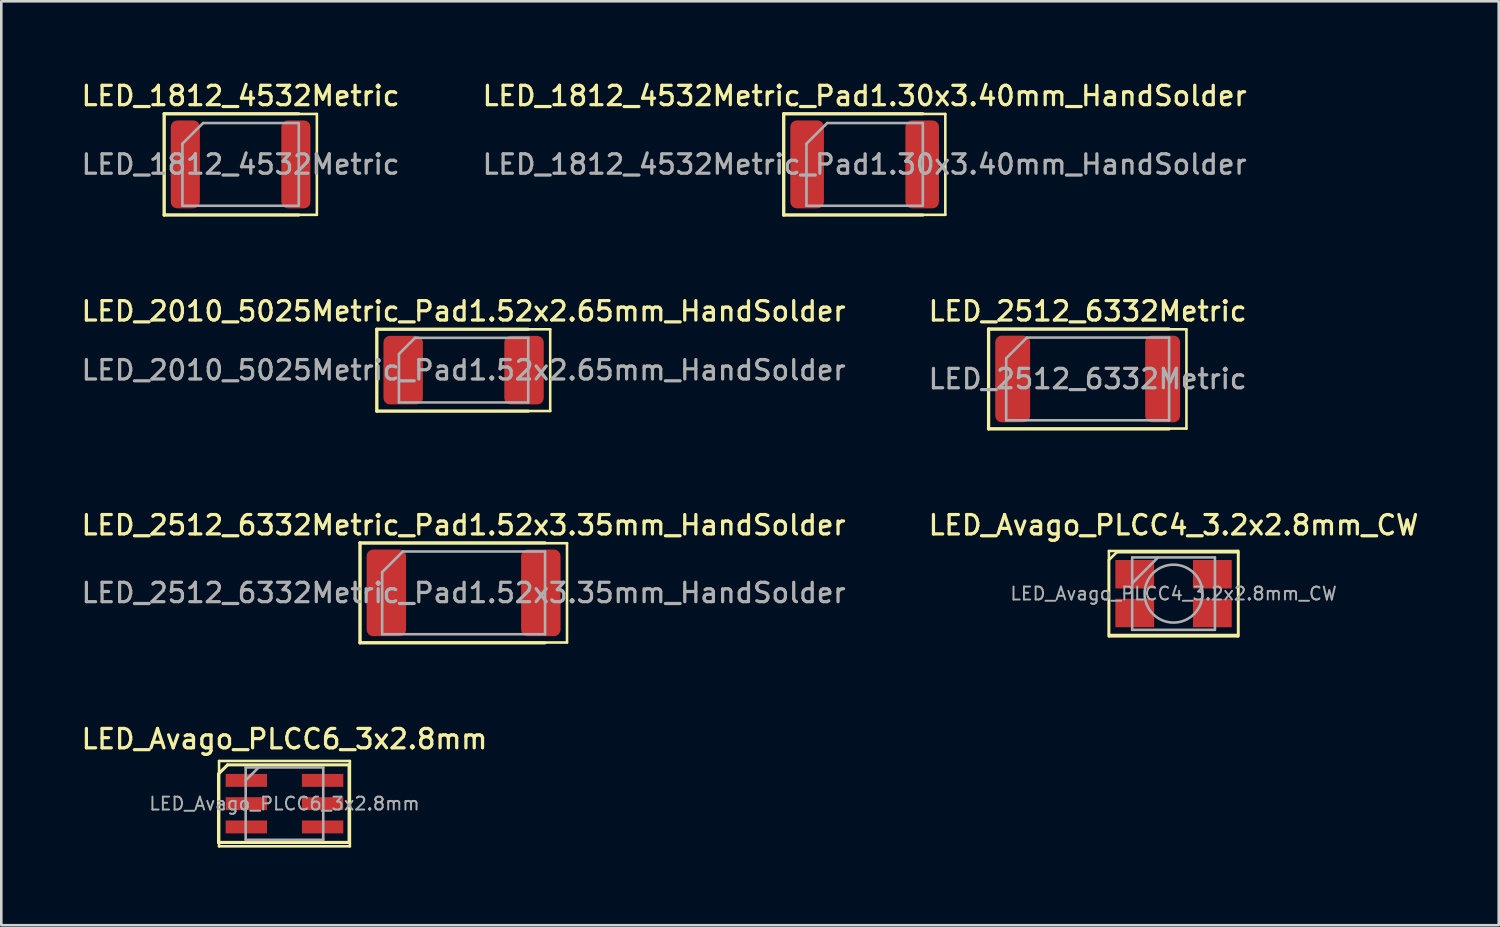
<source format=kicad_pcb>
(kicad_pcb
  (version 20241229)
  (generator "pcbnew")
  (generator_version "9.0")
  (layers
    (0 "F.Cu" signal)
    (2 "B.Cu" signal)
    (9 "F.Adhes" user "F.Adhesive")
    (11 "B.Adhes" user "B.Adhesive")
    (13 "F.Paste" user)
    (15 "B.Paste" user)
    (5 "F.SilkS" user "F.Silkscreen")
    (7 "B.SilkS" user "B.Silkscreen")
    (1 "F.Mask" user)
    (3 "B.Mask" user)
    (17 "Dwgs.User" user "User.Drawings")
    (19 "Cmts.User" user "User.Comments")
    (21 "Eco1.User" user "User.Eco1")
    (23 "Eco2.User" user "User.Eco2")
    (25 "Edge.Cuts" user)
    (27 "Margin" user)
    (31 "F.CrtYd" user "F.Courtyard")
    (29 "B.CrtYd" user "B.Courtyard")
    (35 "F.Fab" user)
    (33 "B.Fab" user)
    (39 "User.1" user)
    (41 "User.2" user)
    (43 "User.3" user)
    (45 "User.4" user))
  (footprint "LED_2010_5025Metric_Pad1.52x2.65mm_HandSolder"
    (layer "F.Cu")
    (at 14.88 11.266)
    (property "Reference" "LED_2010_5025Metric_Pad1.52x2.65mm_HandSolder" (at 0 -2.28 0) (layer "F.SilkS") (effects (font (size 0.75 0.75) (thickness 0.125))))
    (attr smd)
    (fp_line (start -3.36 -1.585) (end -3.36 1.585) (stroke (width 0.12) (type solid)) (layer "F.SilkS"))
    (fp_line (start -3.36 1.585) (end 2.5 1.585) (stroke (width 0.12) (type solid)) (layer "F.SilkS"))
    (fp_line (start -3.35 -1.58) (end 3.35 -1.58) (stroke (width 0.1) (type solid)) (layer "F.SilkS"))
    (fp_line (start -3.35 1.58) (end -3.35 -1.58) (stroke (width 0.1) (type solid)) (layer "F.SilkS"))
    (fp_line (start 2.5 -1.585) (end -3.36 -1.585) (stroke (width 0.12) (type solid)) (layer "F.SilkS"))
    (fp_line (start 3.35 -1.58) (end 3.35 1.58) (stroke (width 0.1) (type solid)) (layer "F.SilkS"))
    (fp_line (start 3.35 1.58) (end -3.35 1.58) (stroke (width 0.1) (type solid)) (layer "F.SilkS"))
    (fp_line (start -2.5 -0.625) (end -2.5 1.25) (stroke (width 0.1) (type solid)) (layer "F.Fab"))
    (fp_line (start -2.5 1.25) (end 2.5 1.25) (stroke (width 0.1) (type solid)) (layer "F.Fab"))
    (fp_line (start -1.875 -1.25) (end -2.5 -0.625) (stroke (width 0.1) (type solid)) (layer "F.Fab"))
    (fp_line (start 2.5 -1.25) (end -1.875 -1.25) (stroke (width 0.1) (type solid)) (layer "F.Fab"))
    (fp_line (start 2.5 1.25) (end 2.5 -1.25) (stroke (width 0.1) (type solid)) (layer "F.Fab"))
    (fp_text user "${REFERENCE}" (at 0 0 0) (layer "F.Fab") (effects (font (size 0.75 0.75) (thickness 0.125))))
    (pad "1" smd roundrect (at -2.337 0) (size 1.525 2.65) (layers "F.Cu" "F.Mask" "F.Paste") (roundrect_rratio 0.164))
    (pad "2" smd roundrect (at 2.337 0) (size 1.525 2.65) (layers "F.Cu" "F.Mask" "F.Paste") (roundrect_rratio 0.164)))
  (footprint "LED_1812_4532Metric_Pad1.30x3.40mm_HandSolder"
    (layer "F.Cu")
    (at 30.391 3.308)
    (property "Reference" "LED_1812_4532Metric_Pad1.30x3.40mm_HandSolder" (at 0 -2.65 0) (layer "F.SilkS") (effects (font (size 0.75 0.75) (thickness 0.125))))
    (attr smd)
    (fp_line (start -3.135 -1.96) (end -3.135 1.96) (stroke (width 0.12) (type solid)) (layer "F.SilkS"))
    (fp_line (start -3.135 1.96) (end 2.25 1.96) (stroke (width 0.12) (type solid)) (layer "F.SilkS"))
    (fp_line (start -3.12 -1.95) (end 3.12 -1.95) (stroke (width 0.1) (type solid)) (layer "F.SilkS"))
    (fp_line (start -3.12 1.95) (end -3.12 -1.95) (stroke (width 0.1) (type solid)) (layer "F.SilkS"))
    (fp_line (start 2.25 -1.96) (end -3.135 -1.96) (stroke (width 0.12) (type solid)) (layer "F.SilkS"))
    (fp_line (start 3.12 -1.95) (end 3.12 1.95) (stroke (width 0.1) (type solid)) (layer "F.SilkS"))
    (fp_line (start 3.12 1.95) (end -3.12 1.95) (stroke (width 0.1) (type solid)) (layer "F.SilkS"))
    (fp_line (start -2.25 -0.8) (end -2.25 1.6) (stroke (width 0.1) (type solid)) (layer "F.Fab"))
    (fp_line (start -2.25 1.6) (end 2.25 1.6) (stroke (width 0.1) (type solid)) (layer "F.Fab"))
    (fp_line (start -1.45 -1.6) (end -2.25 -0.8) (stroke (width 0.1) (type solid)) (layer "F.Fab"))
    (fp_line (start 2.25 -1.6) (end -1.45 -1.6) (stroke (width 0.1) (type solid)) (layer "F.Fab"))
    (fp_line (start 2.25 1.6) (end 2.25 -1.6) (stroke (width 0.1) (type solid)) (layer "F.Fab"))
    (fp_text user "${REFERENCE}" (at 0 0 0) (layer "F.Fab") (effects (font (size 0.75 0.75) (thickness 0.125))))
    (pad "1" smd roundrect (at -2.225 0) (size 1.3 3.4) (layers "F.Cu" "F.Mask" "F.Paste") (roundrect_rratio 0.192))
    (pad "2" smd roundrect (at 2.225 0) (size 1.3 3.4) (layers "F.Cu" "F.Mask" "F.Paste") (roundrect_rratio 0.192)))
  (footprint "LED_Avago_PLCC4_3.2x2.8mm_CW"
    (layer "F.Cu")
    (at 42.338 19.909)
    (property "Reference" "LED_Avago_PLCC4_3.2x2.8mm_CW" (at 0 -2.65 0) (layer "F.SilkS") (effects (font (size 0.75 0.75) (thickness 0.125))))
    (attr smd)
    (fp_line (start -2.5 -1.65) (end -2.5 1.65) (stroke (width 0.1) (type solid)) (layer "F.SilkS"))
    (fp_line (start -2.5 -1.65) (end 2.5 -1.65) (stroke (width 0.1) (type solid)) (layer "F.SilkS"))
    (fp_line (start -2.5 1.6) (end -2.5 -1.3) (stroke (width 0.1) (type solid)) (layer "F.SilkS"))
    (fp_line (start -2.5 1.6) (end 2.5 1.6) (stroke (width 0.1) (type solid)) (layer "F.SilkS"))
    (fp_line (start -2.2 -1.6) (end -2.5 -1.3) (stroke (width 0.1) (type default)) (layer "F.SilkS"))
    (fp_line (start -2.2 -1.6) (end 2.5 -1.6) (stroke (width 0.1) (type solid)) (layer "F.SilkS"))
    (fp_line (start 2.5 1.6) (end 2.5 -1.6) (stroke (width 0.1) (type solid)) (layer "F.SilkS"))
    (fp_line (start 2.5 1.65) (end -2.5 1.65) (stroke (width 0.1) (type solid)) (layer "F.SilkS"))
    (fp_line (start 2.5 1.65) (end 2.5 -1.65) (stroke (width 0.1) (type solid)) (layer "F.SilkS"))
    (fp_line (start -1.6 -1.4) (end -1.6 1.4) (stroke (width 0.1) (type solid)) (layer "F.Fab"))
    (fp_line (start -1.6 1.4) (end 1.6 1.4) (stroke (width 0.1) (type solid)) (layer "F.Fab"))
    (fp_line (start -0.6 -1.4) (end -1.6 -0.4) (stroke (width 0.1) (type solid)) (layer "F.Fab"))
    (fp_line (start 1.6 -1.4) (end -1.6 -1.4) (stroke (width 0.1) (type solid)) (layer "F.Fab"))
    (fp_line (start 1.6 1.4) (end 1.6 -1.4) (stroke (width 0.1) (type solid)) (layer "F.Fab"))
    (fp_circle (center 0 0) (end 1.12 0) (stroke (width 0.1) (type solid)) (fill no) (layer "F.Fab"))
    (fp_text user "${REFERENCE}" (at 0 0 0) (layer "F.Fab") (effects (font (size 0.5 0.5) (thickness 0.075))))
    (pad "1" smd rect (at -1.5 -0.75) (size 1.5 1.1) (layers "F.Cu" "F.Mask" "F.Paste"))
    (pad "2" smd rect (at 1.5 -0.75) (size 1.5 1.1) (layers "F.Cu" "F.Mask" "F.Paste"))
    (pad "3" smd rect (at 1.5 0.75) (size 1.5 1.1) (layers "F.Cu" "F.Mask" "F.Paste"))
    (pad "4" smd rect (at -1.5 0.75) (size 1.5 1.1) (layers "F.Cu" "F.Mask" "F.Paste")))
  (footprint "LED_1812_4532Metric"
    (layer "F.Cu")
    (at 6.255 3.308)
    (property "Reference" "LED_1812_4532Metric" (at 0 -2.65 0) (layer "F.SilkS") (effects (font (size 0.75 0.75) (thickness 0.125))))
    (attr smd)
    (fp_line (start -2.96 -1.96) (end -2.96 1.96) (stroke (width 0.12) (type solid)) (layer "F.SilkS"))
    (fp_line (start -2.96 1.96) (end 2.25 1.96) (stroke (width 0.12) (type solid)) (layer "F.SilkS"))
    (fp_line (start -2.95 -1.95) (end 2.95 -1.95) (stroke (width 0.1) (type solid)) (layer "F.SilkS"))
    (fp_line (start -2.95 1.95) (end -2.95 -1.95) (stroke (width 0.1) (type solid)) (layer "F.SilkS"))
    (fp_line (start 2.25 -1.96) (end -2.96 -1.96) (stroke (width 0.12) (type solid)) (layer "F.SilkS"))
    (fp_line (start 2.95 -1.95) (end 2.95 1.95) (stroke (width 0.1) (type solid)) (layer "F.SilkS"))
    (fp_line (start 2.95 1.95) (end -2.95 1.95) (stroke (width 0.1) (type solid)) (layer "F.SilkS"))
    (fp_line (start -2.25 -0.8) (end -2.25 1.6) (stroke (width 0.1) (type solid)) (layer "F.Fab"))
    (fp_line (start -2.25 1.6) (end 2.25 1.6) (stroke (width 0.1) (type solid)) (layer "F.Fab"))
    (fp_line (start -1.45 -1.6) (end -2.25 -0.8) (stroke (width 0.1) (type solid)) (layer "F.Fab"))
    (fp_line (start 2.25 -1.6) (end -1.45 -1.6) (stroke (width 0.1) (type solid)) (layer "F.Fab"))
    (fp_line (start 2.25 1.6) (end 2.25 -1.6) (stroke (width 0.1) (type solid)) (layer "F.Fab"))
    (fp_text user "${REFERENCE}" (at 0 0 0) (layer "F.Fab") (effects (font (size 0.75 0.75) (thickness 0.125))))
    (pad "1" smd roundrect (at -2.138 0) (size 1.125 3.4) (layers "F.Cu" "F.Mask" "F.Paste") (roundrect_rratio 0.222))
    (pad "2" smd roundrect (at 2.138 0) (size 1.125 3.4) (layers "F.Cu" "F.Mask" "F.Paste") (roundrect_rratio 0.222)))
  (footprint "LED_2512_6332Metric"
    (layer "F.Cu")
    (at 39.016 11.606)
    (property "Reference" "LED_2512_6332Metric" (at 0 -2.62 0) (layer "F.SilkS") (effects (font (size 0.75 0.75) (thickness 0.125))))
    (attr smd)
    (fp_line (start -3.835 -1.935) (end -3.835 1.935) (stroke (width 0.12) (type solid)) (layer "F.SilkS"))
    (fp_line (start -3.835 1.935) (end 3.15 1.935) (stroke (width 0.12) (type solid)) (layer "F.SilkS"))
    (fp_line (start -3.82 -1.92) (end 3.82 -1.92) (stroke (width 0.1) (type solid)) (layer "F.SilkS"))
    (fp_line (start -3.82 1.92) (end -3.82 -1.92) (stroke (width 0.1) (type solid)) (layer "F.SilkS"))
    (fp_line (start 3.15 -1.935) (end -3.835 -1.935) (stroke (width 0.12) (type solid)) (layer "F.SilkS"))
    (fp_line (start 3.82 -1.92) (end 3.82 1.92) (stroke (width 0.1) (type solid)) (layer "F.SilkS"))
    (fp_line (start 3.82 1.92) (end -3.82 1.92) (stroke (width 0.1) (type solid)) (layer "F.SilkS"))
    (fp_line (start -3.15 -0.8) (end -3.15 1.6) (stroke (width 0.1) (type solid)) (layer "F.Fab"))
    (fp_line (start -3.15 1.6) (end 3.15 1.6) (stroke (width 0.1) (type solid)) (layer "F.Fab"))
    (fp_line (start -2.35 -1.6) (end -3.15 -0.8) (stroke (width 0.1) (type solid)) (layer "F.Fab"))
    (fp_line (start 3.15 -1.6) (end -2.35 -1.6) (stroke (width 0.1) (type solid)) (layer "F.Fab"))
    (fp_line (start 3.15 1.6) (end 3.15 -1.6) (stroke (width 0.1) (type solid)) (layer "F.Fab"))
    (fp_text user "${REFERENCE}" (at 0 0 0) (layer "F.Fab") (effects (font (size 0.75 0.75) (thickness 0.125))))
    (pad "1" smd roundrect (at -2.9 0) (size 1.35 3.35) (layers "F.Cu" "F.Mask" "F.Paste") (roundrect_rratio 0.185))
    (pad "2" smd roundrect (at 2.9 0) (size 1.35 3.35) (layers "F.Cu" "F.Mask" "F.Paste") (roundrect_rratio 0.185)))
  (footprint "LED_Avago_PLCC6_3x2.8mm"
    (layer "F.Cu")
    (at 7.952 28.032)
    (property "Reference" "LED_Avago_PLCC6_3x2.8mm" (at 0 -2.5 0) (layer "F.SilkS") (effects (font (size 0.75 0.75) (thickness 0.125))))
    (attr smd)
    (fp_line (start -2.55 -1.15) (end -2.55 1.5) (stroke (width 0.12) (type default)) (layer "F.SilkS"))
    (fp_line (start -2.55 1.5) (end 2.5 1.5) (stroke (width 0.12) (type solid)) (layer "F.SilkS"))
    (fp_line (start -2.53 -1.65) (end -2.53 1.65) (stroke (width 0.1) (type solid)) (layer "F.SilkS"))
    (fp_line (start -2.53 -1.65) (end 2.53 -1.65) (stroke (width 0.1) (type solid)) (layer "F.SilkS"))
    (fp_line (start -2.53 1.65) (end 2.53 1.65) (stroke (width 0.1) (type solid)) (layer "F.SilkS"))
    (fp_line (start -2.2 -1.5) (end -2.55 -1.15) (stroke (width 0.12) (type default)) (layer "F.SilkS"))
    (fp_line (start -2.2 -1.5) (end 2.5 -1.5) (stroke (width 0.12) (type solid)) (layer "F.SilkS"))
    (fp_line (start 2.5 -1.5) (end 2.5 1.5) (stroke (width 0.12) (type solid)) (layer "F.SilkS"))
    (fp_line (start 2.53 -1.65) (end 2.53 1.65) (stroke (width 0.1) (type solid)) (layer "F.SilkS"))
    (fp_line (start -1.5 -1.4) (end -1.5 1.4) (stroke (width 0.1) (type solid)) (layer "F.Fab"))
    (fp_line (start -1.5 -1.4) (end 1.5 -1.4) (stroke (width 0.1) (type solid)) (layer "F.Fab"))
    (fp_line (start -1.5 -0.9) (end -1 -1.4) (stroke (width 0.1) (type solid)) (layer "F.Fab"))
    (fp_line (start -1.5 1.4) (end 1.5 1.4) (stroke (width 0.1) (type solid)) (layer "F.Fab"))
    (fp_line (start 1.5 -1.4) (end 1.5 1.4) (stroke (width 0.1) (type solid)) (layer "F.Fab"))
    (fp_text user "${REFERENCE}" (at 0 0 0) (layer "F.Fab") (effects (font (size 0.5 0.5) (thickness 0.075))))
    (pad "1" smd rect (at -1.475 -0.9) (size 1.6 0.5) (layers "F.Cu" "F.Mask" "F.Paste"))
    (pad "2" smd rect (at -1.475 0) (size 1.6 0.5) (layers "F.Cu" "F.Mask" "F.Paste"))
    (pad "3" smd rect (at -1.475 0.9) (size 1.6 0.5) (layers "F.Cu" "F.Mask" "F.Paste"))
    (pad "4" smd rect (at 1.475 0.9) (size 1.6 0.5) (layers "F.Cu" "F.Mask" "F.Paste"))
    (pad "5" smd rect (at 1.475 0) (size 1.6 0.5) (layers "F.Cu" "F.Mask" "F.Paste"))
    (pad "6" smd rect (at 1.475 -0.9) (size 1.6 0.5) (layers "F.Cu" "F.Mask" "F.Paste")))
  (footprint "LED_2512_6332Metric_Pad1.52x3.35mm_HandSolder"
    (layer "F.Cu")
    (at 14.88 19.879)
    (property "Reference" "LED_2512_6332Metric_Pad1.52x3.35mm_HandSolder" (at 0 -2.62 0) (layer "F.SilkS") (effects (font (size 0.75 0.75) (thickness 0.125))))
    (attr smd)
    (fp_line (start -4.01 -1.935) (end -4.01 1.935) (stroke (width 0.12) (type solid)) (layer "F.SilkS"))
    (fp_line (start -4.01 1.935) (end 3.15 1.935) (stroke (width 0.12) (type solid)) (layer "F.SilkS"))
    (fp_line (start -4 -1.92) (end 4 -1.92) (stroke (width 0.1) (type solid)) (layer "F.SilkS"))
    (fp_line (start -4 1.92) (end -4 -1.92) (stroke (width 0.1) (type solid)) (layer "F.SilkS"))
    (fp_line (start 3.15 -1.935) (end -4.01 -1.935) (stroke (width 0.12) (type solid)) (layer "F.SilkS"))
    (fp_line (start 4 -1.92) (end 4 1.92) (stroke (width 0.1) (type solid)) (layer "F.SilkS"))
    (fp_line (start 4 1.92) (end -4 1.92) (stroke (width 0.1) (type solid)) (layer "F.SilkS"))
    (fp_line (start -3.15 -0.8) (end -3.15 1.6) (stroke (width 0.1) (type solid)) (layer "F.Fab"))
    (fp_line (start -3.15 1.6) (end 3.15 1.6) (stroke (width 0.1) (type solid)) (layer "F.Fab"))
    (fp_line (start -2.35 -1.6) (end -3.15 -0.8) (stroke (width 0.1) (type solid)) (layer "F.Fab"))
    (fp_line (start 3.15 -1.6) (end -2.35 -1.6) (stroke (width 0.1) (type solid)) (layer "F.Fab"))
    (fp_line (start 3.15 1.6) (end 3.15 -1.6) (stroke (width 0.1) (type solid)) (layer "F.Fab"))
    (fp_text user "${REFERENCE}" (at 0 0 0) (layer "F.Fab") (effects (font (size 0.75 0.75) (thickness 0.125))))
    (pad "1" smd roundrect (at -2.987 0) (size 1.525 3.35) (layers "F.Cu" "F.Mask" "F.Paste") (roundrect_rratio 0.164))
    (pad "2" smd roundrect (at 2.987 0) (size 1.525 3.35) (layers "F.Cu" "F.Mask" "F.Paste") (roundrect_rratio 0.164)))
  (gr_rect
    (start -3 -3)
    (end 54.914 32.733)
    (stroke (width 0.1) (type default))
    (fill no)
    (layer "Edge.Cuts")))
</source>
